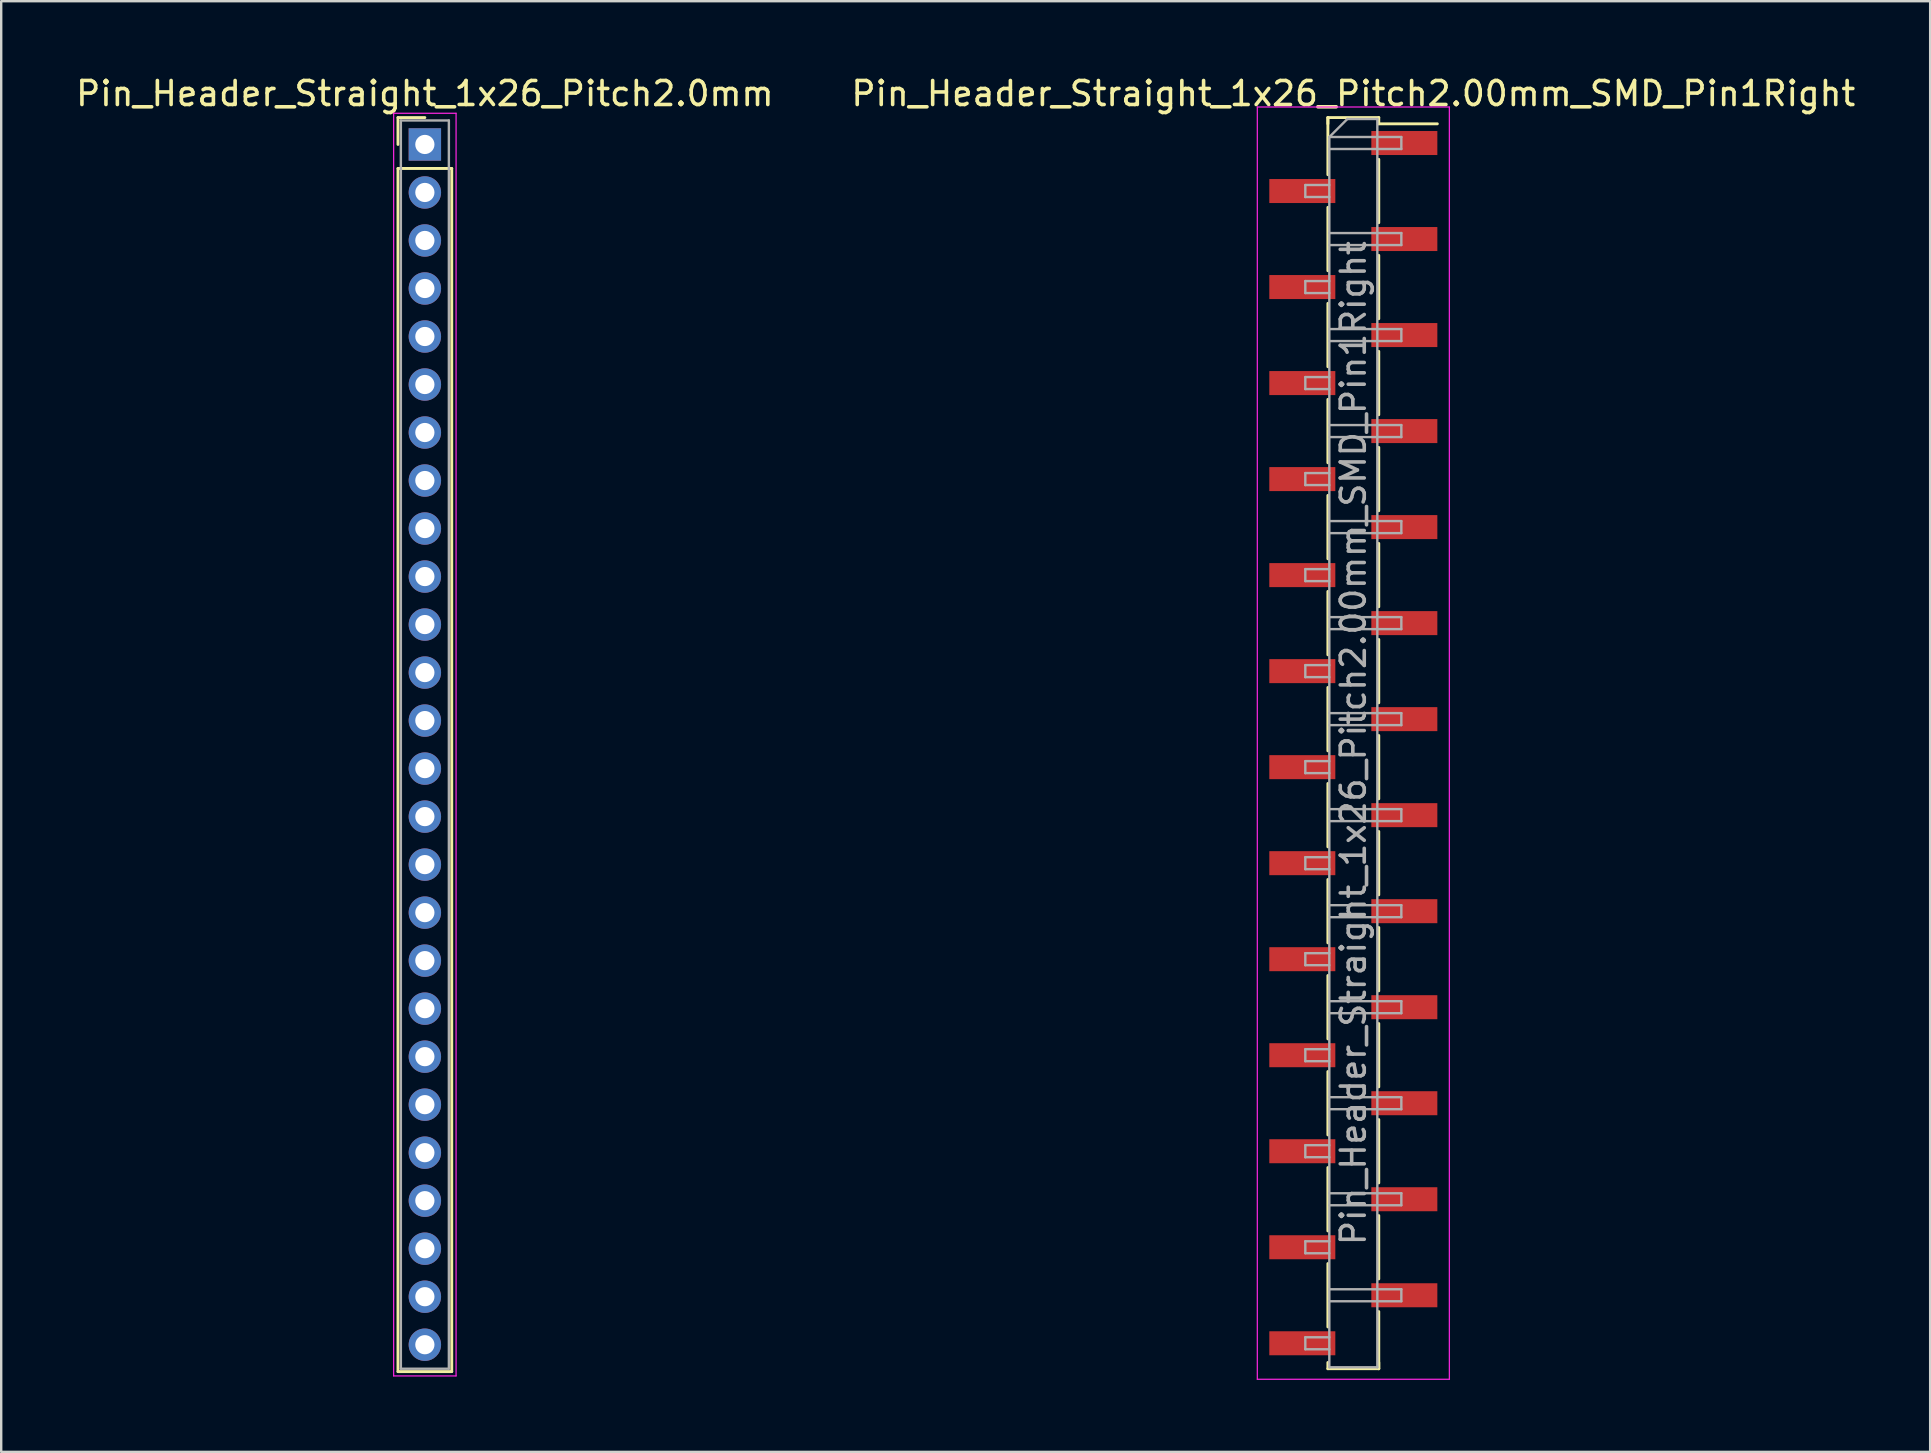
<source format=kicad_pcb>
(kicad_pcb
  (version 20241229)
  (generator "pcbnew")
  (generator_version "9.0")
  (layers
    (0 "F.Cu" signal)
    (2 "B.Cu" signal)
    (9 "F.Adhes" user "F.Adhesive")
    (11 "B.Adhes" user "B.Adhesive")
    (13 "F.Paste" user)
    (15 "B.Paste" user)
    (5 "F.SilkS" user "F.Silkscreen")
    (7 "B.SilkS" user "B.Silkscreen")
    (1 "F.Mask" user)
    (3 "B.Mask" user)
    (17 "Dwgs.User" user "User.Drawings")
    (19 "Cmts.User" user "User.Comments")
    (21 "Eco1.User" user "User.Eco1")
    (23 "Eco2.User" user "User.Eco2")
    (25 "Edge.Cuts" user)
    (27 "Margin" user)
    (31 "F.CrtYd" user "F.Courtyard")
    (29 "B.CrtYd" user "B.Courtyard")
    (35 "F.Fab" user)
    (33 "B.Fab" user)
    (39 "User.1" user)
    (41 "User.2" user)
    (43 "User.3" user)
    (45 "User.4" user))
  (footprint "Pin_Header_Straight_1x26_Pitch2.0mm"
    (layer "F.Cu")
    (at 14.649 2.968)
    (property "Reference" "Pin_Header_Straight_1x26_Pitch2.0mm" (at 0 -2.12 0) (layer "F.SilkS") (effects (font (size 1 1) (thickness 0.15))))
    (attr through_hole)
    (fp_line (start -1.12 -1.12) (end 0 -1.12) (stroke (width 0.12) (type solid)) (layer "F.SilkS"))
    (fp_line (start -1.12 0) (end -1.12 -1.12) (stroke (width 0.12) (type solid)) (layer "F.SilkS"))
    (fp_line (start -1.12 1) (end -1.12 51.12) (stroke (width 0.12) (type solid)) (layer "F.SilkS"))
    (fp_line (start -1.12 51.12) (end 1.12 51.12) (stroke (width 0.12) (type solid)) (layer "F.SilkS"))
    (fp_line (start 1.12 1) (end -1.12 1) (stroke (width 0.12) (type solid)) (layer "F.SilkS"))
    (fp_line (start 1.12 51.12) (end 1.12 1) (stroke (width 0.12) (type solid)) (layer "F.SilkS"))
    (fp_line (start -1.3 -1.3) (end -1.3 51.3) (stroke (width 0.05) (type solid)) (layer "F.CrtYd"))
    (fp_line (start -1.3 51.3) (end 1.3 51.3) (stroke (width 0.05) (type solid)) (layer "F.CrtYd"))
    (fp_line (start 1.3 -1.3) (end -1.3 -1.3) (stroke (width 0.05) (type solid)) (layer "F.CrtYd"))
    (fp_line (start 1.3 51.3) (end 1.3 -1.3) (stroke (width 0.05) (type solid)) (layer "F.CrtYd"))
    (fp_line (start -1 -1) (end -1 51) (stroke (width 0.1) (type solid)) (layer "F.Fab"))
    (fp_line (start -1 51) (end 1 51) (stroke (width 0.1) (type solid)) (layer "F.Fab"))
    (fp_line (start 1 -1) (end -1 -1) (stroke (width 0.1) (type solid)) (layer "F.Fab"))
    (fp_line (start 1 51) (end 1 -1) (stroke (width 0.1) (type solid)) (layer "F.Fab"))
    (pad "1" thru_hole rect (at 0 0) (size 1.35 1.35) (drill 0.8) (layers "*.Cu" "*.Mask"))
    (pad "2" thru_hole oval (at 0 2) (size 1.35 1.35) (drill 0.8) (layers "*.Cu" "*.Mask"))
    (pad "3" thru_hole oval (at 0 4) (size 1.35 1.35) (drill 0.8) (layers "*.Cu" "*.Mask"))
    (pad "4" thru_hole oval (at 0 6) (size 1.35 1.35) (drill 0.8) (layers "*.Cu" "*.Mask"))
    (pad "5" thru_hole oval (at 0 8) (size 1.35 1.35) (drill 0.8) (layers "*.Cu" "*.Mask"))
    (pad "6" thru_hole oval (at 0 10) (size 1.35 1.35) (drill 0.8) (layers "*.Cu" "*.Mask"))
    (pad "7" thru_hole oval (at 0 12) (size 1.35 1.35) (drill 0.8) (layers "*.Cu" "*.Mask"))
    (pad "8" thru_hole oval (at 0 14) (size 1.35 1.35) (drill 0.8) (layers "*.Cu" "*.Mask"))
    (pad "9" thru_hole oval (at 0 16) (size 1.35 1.35) (drill 0.8) (layers "*.Cu" "*.Mask"))
    (pad "10" thru_hole oval (at 0 18) (size 1.35 1.35) (drill 0.8) (layers "*.Cu" "*.Mask"))
    (pad "11" thru_hole oval (at 0 20) (size 1.35 1.35) (drill 0.8) (layers "*.Cu" "*.Mask"))
    (pad "12" thru_hole oval (at 0 22) (size 1.35 1.35) (drill 0.8) (layers "*.Cu" "*.Mask"))
    (pad "13" thru_hole oval (at 0 24) (size 1.35 1.35) (drill 0.8) (layers "*.Cu" "*.Mask"))
    (pad "14" thru_hole oval (at 0 26) (size 1.35 1.35) (drill 0.8) (layers "*.Cu" "*.Mask"))
    (pad "15" thru_hole oval (at 0 28) (size 1.35 1.35) (drill 0.8) (layers "*.Cu" "*.Mask"))
    (pad "16" thru_hole oval (at 0 30) (size 1.35 1.35) (drill 0.8) (layers "*.Cu" "*.Mask"))
    (pad "17" thru_hole oval (at 0 32) (size 1.35 1.35) (drill 0.8) (layers "*.Cu" "*.Mask"))
    (pad "18" thru_hole oval (at 0 34) (size 1.35 1.35) (drill 0.8) (layers "*.Cu" "*.Mask"))
    (pad "19" thru_hole oval (at 0 36) (size 1.35 1.35) (drill 0.8) (layers "*.Cu" "*.Mask"))
    (pad "20" thru_hole oval (at 0 38) (size 1.35 1.35) (drill 0.8) (layers "*.Cu" "*.Mask"))
    (pad "21" thru_hole oval (at 0 40) (size 1.35 1.35) (drill 0.8) (layers "*.Cu" "*.Mask"))
    (pad "22" thru_hole oval (at 0 42) (size 1.35 1.35) (drill 0.8) (layers "*.Cu" "*.Mask"))
    (pad "23" thru_hole oval (at 0 44) (size 1.35 1.35) (drill 0.8) (layers "*.Cu" "*.Mask"))
    (pad "24" thru_hole oval (at 0 46) (size 1.35 1.35) (drill 0.8) (layers "*.Cu" "*.Mask"))
    (pad "25" thru_hole oval (at 0 48) (size 1.35 1.35) (drill 0.8) (layers "*.Cu" "*.Mask"))
    (pad "26" thru_hole oval (at 0 50) (size 1.35 1.35) (drill 0.8) (layers "*.Cu" "*.Mask")))
  (footprint "Pin_Header_Straight_1x26_Pitch2.00mm_SMD_Pin1Right"
    (layer "F.Cu")
    (at 53.327 27.908)
    (property "Reference" "Pin_Header_Straight_1x26_Pitch2.00mm_SMD_Pin1Right" (at 0 -27.06 0) (layer "F.SilkS") (effects (font (size 1 1) (thickness 0.15))))
    (attr smd)
    (fp_line (start -1.06 -26.06) (end -1.06 -23.68) (stroke (width 0.12) (type solid)) (layer "F.SilkS"))
    (fp_line (start -1.06 -26.06) (end 1.06 -26.06) (stroke (width 0.12) (type solid)) (layer "F.SilkS"))
    (fp_line (start -1.06 -25.8) (end -1.06 -26.06) (stroke (width 0.12) (type solid)) (layer "F.SilkS"))
    (fp_line (start -1.06 -22.32) (end -1.06 -19.68) (stroke (width 0.12) (type solid)) (layer "F.SilkS"))
    (fp_line (start -1.06 -18.32) (end -1.06 -15.68) (stroke (width 0.12) (type solid)) (layer "F.SilkS"))
    (fp_line (start -1.06 -14.32) (end -1.06 -11.68) (stroke (width 0.12) (type solid)) (layer "F.SilkS"))
    (fp_line (start -1.06 -10.32) (end -1.06 -7.68) (stroke (width 0.12) (type solid)) (layer "F.SilkS"))
    (fp_line (start -1.06 -6.32) (end -1.06 -3.68) (stroke (width 0.12) (type solid)) (layer "F.SilkS"))
    (fp_line (start -1.06 -2.32) (end -1.06 0.32) (stroke (width 0.12) (type solid)) (layer "F.SilkS"))
    (fp_line (start -1.06 1.68) (end -1.06 4.32) (stroke (width 0.12) (type solid)) (layer "F.SilkS"))
    (fp_line (start -1.06 5.68) (end -1.06 8.32) (stroke (width 0.12) (type solid)) (layer "F.SilkS"))
    (fp_line (start -1.06 9.68) (end -1.06 12.32) (stroke (width 0.12) (type solid)) (layer "F.SilkS"))
    (fp_line (start -1.06 13.68) (end -1.06 16.32) (stroke (width 0.12) (type solid)) (layer "F.SilkS"))
    (fp_line (start -1.06 17.68) (end -1.06 20.32) (stroke (width 0.12) (type solid)) (layer "F.SilkS"))
    (fp_line (start -1.06 21.68) (end -1.06 24.32) (stroke (width 0.12) (type solid)) (layer "F.SilkS"))
    (fp_line (start -1.06 25.8) (end -1.06 26.06) (stroke (width 0.12) (type solid)) (layer "F.SilkS"))
    (fp_line (start -1.06 26.06) (end 1.06 26.06) (stroke (width 0.12) (type solid)) (layer "F.SilkS"))
    (fp_line (start 1.06 -26.06) (end 1.06 -25.8) (stroke (width 0.12) (type solid)) (layer "F.SilkS"))
    (fp_line (start 1.06 -25.8) (end 3.5 -25.8) (stroke (width 0.12) (type solid)) (layer "F.SilkS"))
    (fp_line (start 1.06 -24.32) (end 1.06 -21.68) (stroke (width 0.12) (type solid)) (layer "F.SilkS"))
    (fp_line (start 1.06 -20.32) (end 1.06 -17.68) (stroke (width 0.12) (type solid)) (layer "F.SilkS"))
    (fp_line (start 1.06 -16.32) (end 1.06 -13.68) (stroke (width 0.12) (type solid)) (layer "F.SilkS"))
    (fp_line (start 1.06 -12.32) (end 1.06 -9.68) (stroke (width 0.12) (type solid)) (layer "F.SilkS"))
    (fp_line (start 1.06 -8.32) (end 1.06 -5.68) (stroke (width 0.12) (type solid)) (layer "F.SilkS"))
    (fp_line (start 1.06 -4.32) (end 1.06 -1.68) (stroke (width 0.12) (type solid)) (layer "F.SilkS"))
    (fp_line (start 1.06 -0.32) (end 1.06 2.32) (stroke (width 0.12) (type solid)) (layer "F.SilkS"))
    (fp_line (start 1.06 3.68) (end 1.06 6.32) (stroke (width 0.12) (type solid)) (layer "F.SilkS"))
    (fp_line (start 1.06 7.68) (end 1.06 10.32) (stroke (width 0.12) (type solid)) (layer "F.SilkS"))
    (fp_line (start 1.06 11.68) (end 1.06 14.32) (stroke (width 0.12) (type solid)) (layer "F.SilkS"))
    (fp_line (start 1.06 15.68) (end 1.06 18.32) (stroke (width 0.12) (type solid)) (layer "F.SilkS"))
    (fp_line (start 1.06 19.68) (end 1.06 22.32) (stroke (width 0.12) (type solid)) (layer "F.SilkS"))
    (fp_line (start 1.06 23.68) (end 1.06 26.06) (stroke (width 0.12) (type solid)) (layer "F.SilkS"))
    (fp_line (start 1.06 26.06) (end 1.06 25.8) (stroke (width 0.12) (type solid)) (layer "F.SilkS"))
    (fp_line (start -4 -26.5) (end -4 26.5) (stroke (width 0.05) (type solid)) (layer "F.CrtYd"))
    (fp_line (start -4 26.5) (end 4 26.5) (stroke (width 0.05) (type solid)) (layer "F.CrtYd"))
    (fp_line (start 4 -26.5) (end -4 -26.5) (stroke (width 0.05) (type solid)) (layer "F.CrtYd"))
    (fp_line (start 4 26.5) (end 4 -26.5) (stroke (width 0.05) (type solid)) (layer "F.CrtYd"))
    (fp_line (start -2 -23.25) (end -2 -22.75) (stroke (width 0.1) (type solid)) (layer "F.Fab"))
    (fp_line (start -2 -22.75) (end -1 -22.75) (stroke (width 0.1) (type solid)) (layer "F.Fab"))
    (fp_line (start -2 -19.25) (end -2 -18.75) (stroke (width 0.1) (type solid)) (layer "F.Fab"))
    (fp_line (start -2 -18.75) (end -1 -18.75) (stroke (width 0.1) (type solid)) (layer "F.Fab"))
    (fp_line (start -2 -15.25) (end -2 -14.75) (stroke (width 0.1) (type solid)) (layer "F.Fab"))
    (fp_line (start -2 -14.75) (end -1 -14.75) (stroke (width 0.1) (type solid)) (layer "F.Fab"))
    (fp_line (start -2 -11.25) (end -2 -10.75) (stroke (width 0.1) (type solid)) (layer "F.Fab"))
    (fp_line (start -2 -10.75) (end -1 -10.75) (stroke (width 0.1) (type solid)) (layer "F.Fab"))
    (fp_line (start -2 -7.25) (end -2 -6.75) (stroke (width 0.1) (type solid)) (layer "F.Fab"))
    (fp_line (start -2 -6.75) (end -1 -6.75) (stroke (width 0.1) (type solid)) (layer "F.Fab"))
    (fp_line (start -2 -3.25) (end -2 -2.75) (stroke (width 0.1) (type solid)) (layer "F.Fab"))
    (fp_line (start -2 -2.75) (end -1 -2.75) (stroke (width 0.1) (type solid)) (layer "F.Fab"))
    (fp_line (start -2 0.75) (end -2 1.25) (stroke (width 0.1) (type solid)) (layer "F.Fab"))
    (fp_line (start -2 1.25) (end -1 1.25) (stroke (width 0.1) (type solid)) (layer "F.Fab"))
    (fp_line (start -2 4.75) (end -2 5.25) (stroke (width 0.1) (type solid)) (layer "F.Fab"))
    (fp_line (start -2 5.25) (end -1 5.25) (stroke (width 0.1) (type solid)) (layer "F.Fab"))
    (fp_line (start -2 8.75) (end -2 9.25) (stroke (width 0.1) (type solid)) (layer "F.Fab"))
    (fp_line (start -2 9.25) (end -1 9.25) (stroke (width 0.1) (type solid)) (layer "F.Fab"))
    (fp_line (start -2 12.75) (end -2 13.25) (stroke (width 0.1) (type solid)) (layer "F.Fab"))
    (fp_line (start -2 13.25) (end -1 13.25) (stroke (width 0.1) (type solid)) (layer "F.Fab"))
    (fp_line (start -2 16.75) (end -2 17.25) (stroke (width 0.1) (type solid)) (layer "F.Fab"))
    (fp_line (start -2 17.25) (end -1 17.25) (stroke (width 0.1) (type solid)) (layer "F.Fab"))
    (fp_line (start -2 20.75) (end -2 21.25) (stroke (width 0.1) (type solid)) (layer "F.Fab"))
    (fp_line (start -2 21.25) (end -1 21.25) (stroke (width 0.1) (type solid)) (layer "F.Fab"))
    (fp_line (start -2 24.75) (end -2 25.25) (stroke (width 0.1) (type solid)) (layer "F.Fab"))
    (fp_line (start -2 25.25) (end -1 25.25) (stroke (width 0.1) (type solid)) (layer "F.Fab"))
    (fp_line (start -1 -25.25) (end -0.25 -26) (stroke (width 0.1) (type solid)) (layer "F.Fab"))
    (fp_line (start -1 -25.25) (end 2 -25.25) (stroke (width 0.1) (type solid)) (layer "F.Fab"))
    (fp_line (start -1 -23.25) (end -2 -23.25) (stroke (width 0.1) (type solid)) (layer "F.Fab"))
    (fp_line (start -1 -21.25) (end 2 -21.25) (stroke (width 0.1) (type solid)) (layer "F.Fab"))
    (fp_line (start -1 -19.25) (end -2 -19.25) (stroke (width 0.1) (type solid)) (layer "F.Fab"))
    (fp_line (start -1 -17.25) (end 2 -17.25) (stroke (width 0.1) (type solid)) (layer "F.Fab"))
    (fp_line (start -1 -15.25) (end -2 -15.25) (stroke (width 0.1) (type solid)) (layer "F.Fab"))
    (fp_line (start -1 -13.25) (end 2 -13.25) (stroke (width 0.1) (type solid)) (layer "F.Fab"))
    (fp_line (start -1 -11.25) (end -2 -11.25) (stroke (width 0.1) (type solid)) (layer "F.Fab"))
    (fp_line (start -1 -9.25) (end 2 -9.25) (stroke (width 0.1) (type solid)) (layer "F.Fab"))
    (fp_line (start -1 -7.25) (end -2 -7.25) (stroke (width 0.1) (type solid)) (layer "F.Fab"))
    (fp_line (start -1 -5.25) (end 2 -5.25) (stroke (width 0.1) (type solid)) (layer "F.Fab"))
    (fp_line (start -1 -3.25) (end -2 -3.25) (stroke (width 0.1) (type solid)) (layer "F.Fab"))
    (fp_line (start -1 -1.25) (end 2 -1.25) (stroke (width 0.1) (type solid)) (layer "F.Fab"))
    (fp_line (start -1 0.75) (end -2 0.75) (stroke (width 0.1) (type solid)) (layer "F.Fab"))
    (fp_line (start -1 2.75) (end 2 2.75) (stroke (width 0.1) (type solid)) (layer "F.Fab"))
    (fp_line (start -1 4.75) (end -2 4.75) (stroke (width 0.1) (type solid)) (layer "F.Fab"))
    (fp_line (start -1 6.75) (end 2 6.75) (stroke (width 0.1) (type solid)) (layer "F.Fab"))
    (fp_line (start -1 8.75) (end -2 8.75) (stroke (width 0.1) (type solid)) (layer "F.Fab"))
    (fp_line (start -1 10.75) (end 2 10.75) (stroke (width 0.1) (type solid)) (layer "F.Fab"))
    (fp_line (start -1 12.75) (end -2 12.75) (stroke (width 0.1) (type solid)) (layer "F.Fab"))
    (fp_line (start -1 14.75) (end 2 14.75) (stroke (width 0.1) (type solid)) (layer "F.Fab"))
    (fp_line (start -1 16.75) (end -2 16.75) (stroke (width 0.1) (type solid)) (layer "F.Fab"))
    (fp_line (start -1 18.75) (end 2 18.75) (stroke (width 0.1) (type solid)) (layer "F.Fab"))
    (fp_line (start -1 20.75) (end -2 20.75) (stroke (width 0.1) (type solid)) (layer "F.Fab"))
    (fp_line (start -1 22.75) (end 2 22.75) (stroke (width 0.1) (type solid)) (layer "F.Fab"))
    (fp_line (start -1 24.75) (end -2 24.75) (stroke (width 0.1) (type solid)) (layer "F.Fab"))
    (fp_line (start -1 26) (end -1 -25.25) (stroke (width 0.1) (type solid)) (layer "F.Fab"))
    (fp_line (start -0.25 -26) (end 1 -26) (stroke (width 0.1) (type solid)) (layer "F.Fab"))
    (fp_line (start 1 -26) (end 1 26) (stroke (width 0.1) (type solid)) (layer "F.Fab"))
    (fp_line (start 1 26) (end -1 26) (stroke (width 0.1) (type solid)) (layer "F.Fab"))
    (fp_line (start 2 -25.25) (end 2 -24.75) (stroke (width 0.1) (type solid)) (layer "F.Fab"))
    (fp_line (start 2 -24.75) (end -1 -24.75) (stroke (width 0.1) (type solid)) (layer "F.Fab"))
    (fp_line (start 2 -21.25) (end 2 -20.75) (stroke (width 0.1) (type solid)) (layer "F.Fab"))
    (fp_line (start 2 -20.75) (end -1 -20.75) (stroke (width 0.1) (type solid)) (layer "F.Fab"))
    (fp_line (start 2 -17.25) (end 2 -16.75) (stroke (width 0.1) (type solid)) (layer "F.Fab"))
    (fp_line (start 2 -16.75) (end -1 -16.75) (stroke (width 0.1) (type solid)) (layer "F.Fab"))
    (fp_line (start 2 -13.25) (end 2 -12.75) (stroke (width 0.1) (type solid)) (layer "F.Fab"))
    (fp_line (start 2 -12.75) (end -1 -12.75) (stroke (width 0.1) (type solid)) (layer "F.Fab"))
    (fp_line (start 2 -9.25) (end 2 -8.75) (stroke (width 0.1) (type solid)) (layer "F.Fab"))
    (fp_line (start 2 -8.75) (end -1 -8.75) (stroke (width 0.1) (type solid)) (layer "F.Fab"))
    (fp_line (start 2 -5.25) (end 2 -4.75) (stroke (width 0.1) (type solid)) (layer "F.Fab"))
    (fp_line (start 2 -4.75) (end -1 -4.75) (stroke (width 0.1) (type solid)) (layer "F.Fab"))
    (fp_line (start 2 -1.25) (end 2 -0.75) (stroke (width 0.1) (type solid)) (layer "F.Fab"))
    (fp_line (start 2 -0.75) (end -1 -0.75) (stroke (width 0.1) (type solid)) (layer "F.Fab"))
    (fp_line (start 2 2.75) (end 2 3.25) (stroke (width 0.1) (type solid)) (layer "F.Fab"))
    (fp_line (start 2 3.25) (end -1 3.25) (stroke (width 0.1) (type solid)) (layer "F.Fab"))
    (fp_line (start 2 6.75) (end 2 7.25) (stroke (width 0.1) (type solid)) (layer "F.Fab"))
    (fp_line (start 2 7.25) (end -1 7.25) (stroke (width 0.1) (type solid)) (layer "F.Fab"))
    (fp_line (start 2 10.75) (end 2 11.25) (stroke (width 0.1) (type solid)) (layer "F.Fab"))
    (fp_line (start 2 11.25) (end -1 11.25) (stroke (width 0.1) (type solid)) (layer "F.Fab"))
    (fp_line (start 2 14.75) (end 2 15.25) (stroke (width 0.1) (type solid)) (layer "F.Fab"))
    (fp_line (start 2 15.25) (end -1 15.25) (stroke (width 0.1) (type solid)) (layer "F.Fab"))
    (fp_line (start 2 18.75) (end 2 19.25) (stroke (width 0.1) (type solid)) (layer "F.Fab"))
    (fp_line (start 2 19.25) (end -1 19.25) (stroke (width 0.1) (type solid)) (layer "F.Fab"))
    (fp_line (start 2 22.75) (end 2 23.25) (stroke (width 0.1) (type solid)) (layer "F.Fab"))
    (fp_line (start 2 23.25) (end -1 23.25) (stroke (width 0.1) (type solid)) (layer "F.Fab"))
    (fp_text user "${REFERENCE}" (at 0 0 90) (layer "F.Fab") (effects (font (size 1 1) (thickness 0.15))))
    (pad "1" smd rect (at 2.125 -25) (size 2.75 1) (layers "F.Cu" "F.Mask"))
    (pad "2" smd rect (at -2.125 -23) (size 2.75 1) (layers "F.Cu" "F.Mask"))
    (pad "3" smd rect (at 2.125 -21) (size 2.75 1) (layers "F.Cu" "F.Mask"))
    (pad "4" smd rect (at -2.125 -19) (size 2.75 1) (layers "F.Cu" "F.Mask"))
    (pad "5" smd rect (at 2.125 -17) (size 2.75 1) (layers "F.Cu" "F.Mask"))
    (pad "6" smd rect (at -2.125 -15) (size 2.75 1) (layers "F.Cu" "F.Mask"))
    (pad "7" smd rect (at 2.125 -13) (size 2.75 1) (layers "F.Cu" "F.Mask"))
    (pad "8" smd rect (at -2.125 -11) (size 2.75 1) (layers "F.Cu" "F.Mask"))
    (pad "9" smd rect (at 2.125 -9) (size 2.75 1) (layers "F.Cu" "F.Mask"))
    (pad "10" smd rect (at -2.125 -7) (size 2.75 1) (layers "F.Cu" "F.Mask"))
    (pad "11" smd rect (at 2.125 -5) (size 2.75 1) (layers "F.Cu" "F.Mask"))
    (pad "12" smd rect (at -2.125 -3) (size 2.75 1) (layers "F.Cu" "F.Mask"))
    (pad "13" smd rect (at 2.125 -1) (size 2.75 1) (layers "F.Cu" "F.Mask"))
    (pad "14" smd rect (at -2.125 1) (size 2.75 1) (layers "F.Cu" "F.Mask"))
    (pad "15" smd rect (at 2.125 3) (size 2.75 1) (layers "F.Cu" "F.Mask"))
    (pad "16" smd rect (at -2.125 5) (size 2.75 1) (layers "F.Cu" "F.Mask"))
    (pad "17" smd rect (at 2.125 7) (size 2.75 1) (layers "F.Cu" "F.Mask"))
    (pad "18" smd rect (at -2.125 9) (size 2.75 1) (layers "F.Cu" "F.Mask"))
    (pad "19" smd rect (at 2.125 11) (size 2.75 1) (layers "F.Cu" "F.Mask"))
    (pad "20" smd rect (at -2.125 13) (size 2.75 1) (layers "F.Cu" "F.Mask"))
    (pad "21" smd rect (at 2.125 15) (size 2.75 1) (layers "F.Cu" "F.Mask"))
    (pad "22" smd rect (at -2.125 17) (size 2.75 1) (layers "F.Cu" "F.Mask"))
    (pad "23" smd rect (at 2.125 19) (size 2.75 1) (layers "F.Cu" "F.Mask"))
    (pad "24" smd rect (at -2.125 21) (size 2.75 1) (layers "F.Cu" "F.Mask"))
    (pad "25" smd rect (at 2.125 23) (size 2.75 1) (layers "F.Cu" "F.Mask"))
    (pad "26" smd rect (at -2.125 25) (size 2.75 1) (layers "F.Cu" "F.Mask")))
  (gr_rect
    (start -3 -3)
    (end 77.357 57.433)
    (stroke (width 0.1) (type default))
    (fill no)
    (layer "Edge.Cuts")))
</source>
